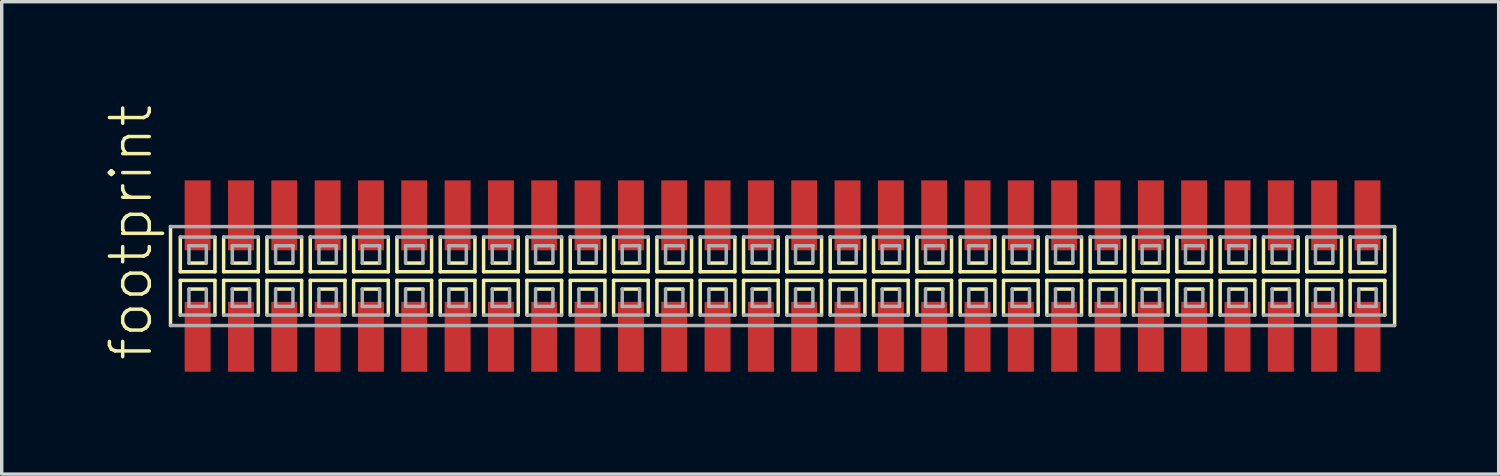
<source format=kicad_pcb>
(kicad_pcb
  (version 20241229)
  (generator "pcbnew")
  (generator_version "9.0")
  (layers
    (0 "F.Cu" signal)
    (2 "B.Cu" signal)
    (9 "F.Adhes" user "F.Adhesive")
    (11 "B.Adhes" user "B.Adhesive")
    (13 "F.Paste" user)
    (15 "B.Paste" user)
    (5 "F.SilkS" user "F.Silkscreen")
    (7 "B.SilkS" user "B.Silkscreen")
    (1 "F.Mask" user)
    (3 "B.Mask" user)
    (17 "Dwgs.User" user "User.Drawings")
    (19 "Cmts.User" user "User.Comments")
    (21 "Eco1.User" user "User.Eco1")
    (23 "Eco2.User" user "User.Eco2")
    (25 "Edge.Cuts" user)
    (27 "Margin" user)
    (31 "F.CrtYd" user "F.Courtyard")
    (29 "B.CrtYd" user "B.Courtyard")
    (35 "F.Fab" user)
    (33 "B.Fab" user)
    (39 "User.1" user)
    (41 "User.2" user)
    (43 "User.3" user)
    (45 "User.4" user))
  (footprint "footprint"
    (layer "F.Cu")
    (at 19.888 5.042)
    (property "Reference" "footprint" (at -18.415 2.54 90) (layer "F.SilkS") (effects (font (size 1.168 1.168) (thickness 0.102)) (justify left bottom)))
    (fp_line (start -17.94 -1.45) (end -17.94 1.45) (stroke (width 0.102) (type solid)) (layer "F.SilkS"))
    (fp_line (start -17.653 -1.143) (end -17.653 -0.127) (stroke (width 0.102) (type solid)) (layer "F.SilkS"))
    (fp_line (start -17.653 -0.127) (end -16.637 -0.127) (stroke (width 0.102) (type solid)) (layer "F.SilkS"))
    (fp_line (start -17.653 0.127) (end -17.653 1.143) (stroke (width 0.102) (type solid)) (layer "F.SilkS"))
    (fp_line (start -17.399 -0.381) (end -16.891 -0.381) (stroke (width 0.102) (type solid)) (layer "F.SilkS"))
    (fp_line (start -16.891 0.381) (end -17.399 0.381) (stroke (width 0.102) (type solid)) (layer "F.SilkS"))
    (fp_line (start -16.637 -0.127) (end -16.637 -1.143) (stroke (width 0.102) (type solid)) (layer "F.SilkS"))
    (fp_line (start -16.637 0.127) (end -17.653 0.127) (stroke (width 0.102) (type solid)) (layer "F.SilkS"))
    (fp_line (start -16.637 1.143) (end -16.637 0.127) (stroke (width 0.102) (type solid)) (layer "F.SilkS"))
    (fp_line (start -16.383 -1.143) (end -16.383 -0.127) (stroke (width 0.102) (type solid)) (layer "F.SilkS"))
    (fp_line (start -16.383 -0.127) (end -15.367 -0.127) (stroke (width 0.102) (type solid)) (layer "F.SilkS"))
    (fp_line (start -16.383 0.127) (end -16.383 1.143) (stroke (width 0.102) (type solid)) (layer "F.SilkS"))
    (fp_line (start -16.129 -0.381) (end -15.621 -0.381) (stroke (width 0.102) (type solid)) (layer "F.SilkS"))
    (fp_line (start -15.621 0.381) (end -16.129 0.381) (stroke (width 0.102) (type solid)) (layer "F.SilkS"))
    (fp_line (start -15.367 -0.127) (end -15.367 -1.143) (stroke (width 0.102) (type solid)) (layer "F.SilkS"))
    (fp_line (start -15.367 0.127) (end -16.383 0.127) (stroke (width 0.102) (type solid)) (layer "F.SilkS"))
    (fp_line (start -15.367 1.143) (end -15.367 0.127) (stroke (width 0.102) (type solid)) (layer "F.SilkS"))
    (fp_line (start -15.113 -1.143) (end -15.113 -0.127) (stroke (width 0.102) (type solid)) (layer "F.SilkS"))
    (fp_line (start -15.113 -0.127) (end -14.097 -0.127) (stroke (width 0.102) (type solid)) (layer "F.SilkS"))
    (fp_line (start -15.113 0.127) (end -15.113 1.143) (stroke (width 0.102) (type solid)) (layer "F.SilkS"))
    (fp_line (start -14.859 -0.381) (end -14.351 -0.381) (stroke (width 0.102) (type solid)) (layer "F.SilkS"))
    (fp_line (start -14.351 0.381) (end -14.859 0.381) (stroke (width 0.102) (type solid)) (layer "F.SilkS"))
    (fp_line (start -14.097 -0.127) (end -14.097 -1.143) (stroke (width 0.102) (type solid)) (layer "F.SilkS"))
    (fp_line (start -14.097 0.127) (end -15.113 0.127) (stroke (width 0.102) (type solid)) (layer "F.SilkS"))
    (fp_line (start -14.097 1.143) (end -14.097 0.127) (stroke (width 0.102) (type solid)) (layer "F.SilkS"))
    (fp_line (start -13.843 -1.143) (end -13.843 -0.127) (stroke (width 0.102) (type solid)) (layer "F.SilkS"))
    (fp_line (start -13.843 -0.127) (end -12.827 -0.127) (stroke (width 0.102) (type solid)) (layer "F.SilkS"))
    (fp_line (start -13.843 0.127) (end -13.843 1.143) (stroke (width 0.102) (type solid)) (layer "F.SilkS"))
    (fp_line (start -13.589 -0.381) (end -13.081 -0.381) (stroke (width 0.102) (type solid)) (layer "F.SilkS"))
    (fp_line (start -13.081 0.381) (end -13.589 0.381) (stroke (width 0.102) (type solid)) (layer "F.SilkS"))
    (fp_line (start -12.827 -0.127) (end -12.827 -1.143) (stroke (width 0.102) (type solid)) (layer "F.SilkS"))
    (fp_line (start -12.827 0.127) (end -13.843 0.127) (stroke (width 0.102) (type solid)) (layer "F.SilkS"))
    (fp_line (start -12.827 1.143) (end -12.827 0.127) (stroke (width 0.102) (type solid)) (layer "F.SilkS"))
    (fp_line (start -12.573 -1.143) (end -12.573 -0.127) (stroke (width 0.102) (type solid)) (layer "F.SilkS"))
    (fp_line (start -12.573 -0.127) (end -11.557 -0.127) (stroke (width 0.102) (type solid)) (layer "F.SilkS"))
    (fp_line (start -12.573 0.127) (end -12.573 1.143) (stroke (width 0.102) (type solid)) (layer "F.SilkS"))
    (fp_line (start -12.319 -0.381) (end -11.811 -0.381) (stroke (width 0.102) (type solid)) (layer "F.SilkS"))
    (fp_line (start -11.811 0.381) (end -12.319 0.381) (stroke (width 0.102) (type solid)) (layer "F.SilkS"))
    (fp_line (start -11.557 -0.127) (end -11.557 -1.143) (stroke (width 0.102) (type solid)) (layer "F.SilkS"))
    (fp_line (start -11.557 0.127) (end -12.573 0.127) (stroke (width 0.102) (type solid)) (layer "F.SilkS"))
    (fp_line (start -11.557 1.143) (end -11.557 0.127) (stroke (width 0.102) (type solid)) (layer "F.SilkS"))
    (fp_line (start -11.303 -1.143) (end -11.303 -0.127) (stroke (width 0.102) (type solid)) (layer "F.SilkS"))
    (fp_line (start -11.303 -0.127) (end -10.287 -0.127) (stroke (width 0.102) (type solid)) (layer "F.SilkS"))
    (fp_line (start -11.303 0.127) (end -11.303 1.143) (stroke (width 0.102) (type solid)) (layer "F.SilkS"))
    (fp_line (start -11.049 -0.381) (end -10.541 -0.381) (stroke (width 0.102) (type solid)) (layer "F.SilkS"))
    (fp_line (start -10.541 0.381) (end -11.049 0.381) (stroke (width 0.102) (type solid)) (layer "F.SilkS"))
    (fp_line (start -10.287 -0.127) (end -10.287 -1.143) (stroke (width 0.102) (type solid)) (layer "F.SilkS"))
    (fp_line (start -10.287 0.127) (end -11.303 0.127) (stroke (width 0.102) (type solid)) (layer "F.SilkS"))
    (fp_line (start -10.287 1.143) (end -10.287 0.127) (stroke (width 0.102) (type solid)) (layer "F.SilkS"))
    (fp_line (start -10.033 -1.143) (end -10.033 -0.127) (stroke (width 0.102) (type solid)) (layer "F.SilkS"))
    (fp_line (start -10.033 -0.127) (end -9.017 -0.127) (stroke (width 0.102) (type solid)) (layer "F.SilkS"))
    (fp_line (start -10.033 0.127) (end -10.033 1.143) (stroke (width 0.102) (type solid)) (layer "F.SilkS"))
    (fp_line (start -9.779 -0.381) (end -9.271 -0.381) (stroke (width 0.102) (type solid)) (layer "F.SilkS"))
    (fp_line (start -9.271 0.381) (end -9.779 0.381) (stroke (width 0.102) (type solid)) (layer "F.SilkS"))
    (fp_line (start -9.017 -0.127) (end -9.017 -1.143) (stroke (width 0.102) (type solid)) (layer "F.SilkS"))
    (fp_line (start -9.017 0.127) (end -10.033 0.127) (stroke (width 0.102) (type solid)) (layer "F.SilkS"))
    (fp_line (start -9.017 1.143) (end -9.017 0.127) (stroke (width 0.102) (type solid)) (layer "F.SilkS"))
    (fp_line (start -8.763 -1.143) (end -8.763 -0.127) (stroke (width 0.102) (type solid)) (layer "F.SilkS"))
    (fp_line (start -8.763 -0.127) (end -7.747 -0.127) (stroke (width 0.102) (type solid)) (layer "F.SilkS"))
    (fp_line (start -8.763 0.127) (end -8.763 1.143) (stroke (width 0.102) (type solid)) (layer "F.SilkS"))
    (fp_line (start -8.509 -0.381) (end -8.001 -0.381) (stroke (width 0.102) (type solid)) (layer "F.SilkS"))
    (fp_line (start -8.001 0.381) (end -8.509 0.381) (stroke (width 0.102) (type solid)) (layer "F.SilkS"))
    (fp_line (start -7.747 -0.127) (end -7.747 -1.143) (stroke (width 0.102) (type solid)) (layer "F.SilkS"))
    (fp_line (start -7.747 0.127) (end -8.763 0.127) (stroke (width 0.102) (type solid)) (layer "F.SilkS"))
    (fp_line (start -7.747 1.143) (end -7.747 0.127) (stroke (width 0.102) (type solid)) (layer "F.SilkS"))
    (fp_line (start -7.493 -1.143) (end -7.493 -0.127) (stroke (width 0.102) (type solid)) (layer "F.SilkS"))
    (fp_line (start -7.493 -0.127) (end -6.477 -0.127) (stroke (width 0.102) (type solid)) (layer "F.SilkS"))
    (fp_line (start -7.493 0.127) (end -7.493 1.143) (stroke (width 0.102) (type solid)) (layer "F.SilkS"))
    (fp_line (start -7.239 -0.381) (end -6.731 -0.381) (stroke (width 0.102) (type solid)) (layer "F.SilkS"))
    (fp_line (start -6.731 0.381) (end -7.239 0.381) (stroke (width 0.102) (type solid)) (layer "F.SilkS"))
    (fp_line (start -6.477 -0.127) (end -6.477 -1.143) (stroke (width 0.102) (type solid)) (layer "F.SilkS"))
    (fp_line (start -6.477 0.127) (end -7.493 0.127) (stroke (width 0.102) (type solid)) (layer "F.SilkS"))
    (fp_line (start -6.477 1.143) (end -6.477 0.127) (stroke (width 0.102) (type solid)) (layer "F.SilkS"))
    (fp_line (start -6.223 -1.143) (end -6.223 -0.127) (stroke (width 0.102) (type solid)) (layer "F.SilkS"))
    (fp_line (start -6.223 -0.127) (end -5.207 -0.127) (stroke (width 0.102) (type solid)) (layer "F.SilkS"))
    (fp_line (start -6.223 0.127) (end -6.223 1.143) (stroke (width 0.102) (type solid)) (layer "F.SilkS"))
    (fp_line (start -5.969 -0.381) (end -5.461 -0.381) (stroke (width 0.102) (type solid)) (layer "F.SilkS"))
    (fp_line (start -5.461 0.381) (end -5.969 0.381) (stroke (width 0.102) (type solid)) (layer "F.SilkS"))
    (fp_line (start -5.207 -0.127) (end -5.207 -1.143) (stroke (width 0.102) (type solid)) (layer "F.SilkS"))
    (fp_line (start -5.207 0.127) (end -6.223 0.127) (stroke (width 0.102) (type solid)) (layer "F.SilkS"))
    (fp_line (start -5.207 1.143) (end -5.207 0.127) (stroke (width 0.102) (type solid)) (layer "F.SilkS"))
    (fp_line (start -4.953 -1.143) (end -4.953 -0.127) (stroke (width 0.102) (type solid)) (layer "F.SilkS"))
    (fp_line (start -4.953 -0.127) (end -3.937 -0.127) (stroke (width 0.102) (type solid)) (layer "F.SilkS"))
    (fp_line (start -4.953 0.127) (end -4.953 1.143) (stroke (width 0.102) (type solid)) (layer "F.SilkS"))
    (fp_line (start -4.699 -0.381) (end -4.191 -0.381) (stroke (width 0.102) (type solid)) (layer "F.SilkS"))
    (fp_line (start -4.191 0.381) (end -4.699 0.381) (stroke (width 0.102) (type solid)) (layer "F.SilkS"))
    (fp_line (start -3.937 -0.127) (end -3.937 -1.143) (stroke (width 0.102) (type solid)) (layer "F.SilkS"))
    (fp_line (start -3.937 0.127) (end -4.953 0.127) (stroke (width 0.102) (type solid)) (layer "F.SilkS"))
    (fp_line (start -3.937 1.143) (end -3.937 0.127) (stroke (width 0.102) (type solid)) (layer "F.SilkS"))
    (fp_line (start -3.683 -1.143) (end -3.683 -0.127) (stroke (width 0.102) (type solid)) (layer "F.SilkS"))
    (fp_line (start -3.683 -0.127) (end -2.667 -0.127) (stroke (width 0.102) (type solid)) (layer "F.SilkS"))
    (fp_line (start -3.683 0.127) (end -3.683 1.143) (stroke (width 0.102) (type solid)) (layer "F.SilkS"))
    (fp_line (start -3.429 -0.381) (end -2.921 -0.381) (stroke (width 0.102) (type solid)) (layer "F.SilkS"))
    (fp_line (start -2.921 0.381) (end -3.429 0.381) (stroke (width 0.102) (type solid)) (layer "F.SilkS"))
    (fp_line (start -2.667 -0.127) (end -2.667 -1.143) (stroke (width 0.102) (type solid)) (layer "F.SilkS"))
    (fp_line (start -2.667 0.127) (end -3.683 0.127) (stroke (width 0.102) (type solid)) (layer "F.SilkS"))
    (fp_line (start -2.667 1.143) (end -2.667 0.127) (stroke (width 0.102) (type solid)) (layer "F.SilkS"))
    (fp_line (start -2.413 -1.143) (end -2.413 -0.127) (stroke (width 0.102) (type solid)) (layer "F.SilkS"))
    (fp_line (start -2.413 -0.127) (end -1.397 -0.127) (stroke (width 0.102) (type solid)) (layer "F.SilkS"))
    (fp_line (start -2.413 0.127) (end -2.413 1.143) (stroke (width 0.102) (type solid)) (layer "F.SilkS"))
    (fp_line (start -2.159 -0.381) (end -1.651 -0.381) (stroke (width 0.102) (type solid)) (layer "F.SilkS"))
    (fp_line (start -1.651 0.381) (end -2.159 0.381) (stroke (width 0.102) (type solid)) (layer "F.SilkS"))
    (fp_line (start -1.397 -0.127) (end -1.397 -1.143) (stroke (width 0.102) (type solid)) (layer "F.SilkS"))
    (fp_line (start -1.397 0.127) (end -2.413 0.127) (stroke (width 0.102) (type solid)) (layer "F.SilkS"))
    (fp_line (start -1.397 1.143) (end -1.397 0.127) (stroke (width 0.102) (type solid)) (layer "F.SilkS"))
    (fp_line (start -1.143 -1.143) (end -1.143 -0.127) (stroke (width 0.102) (type solid)) (layer "F.SilkS"))
    (fp_line (start -1.143 -0.127) (end -0.127 -0.127) (stroke (width 0.102) (type solid)) (layer "F.SilkS"))
    (fp_line (start -1.143 0.127) (end -1.143 1.143) (stroke (width 0.102) (type solid)) (layer "F.SilkS"))
    (fp_line (start -0.889 -0.381) (end -0.381 -0.381) (stroke (width 0.102) (type solid)) (layer "F.SilkS"))
    (fp_line (start -0.381 0.381) (end -0.889 0.381) (stroke (width 0.102) (type solid)) (layer "F.SilkS"))
    (fp_line (start -0.127 -0.127) (end -0.127 -1.143) (stroke (width 0.102) (type solid)) (layer "F.SilkS"))
    (fp_line (start -0.127 0.127) (end -1.143 0.127) (stroke (width 0.102) (type solid)) (layer "F.SilkS"))
    (fp_line (start -0.127 1.143) (end -0.127 0.127) (stroke (width 0.102) (type solid)) (layer "F.SilkS"))
    (fp_line (start 0.127 -1.143) (end 0.127 -0.127) (stroke (width 0.102) (type solid)) (layer "F.SilkS"))
    (fp_line (start 0.127 -0.127) (end 1.143 -0.127) (stroke (width 0.102) (type solid)) (layer "F.SilkS"))
    (fp_line (start 0.127 0.127) (end 0.127 1.143) (stroke (width 0.102) (type solid)) (layer "F.SilkS"))
    (fp_line (start 0.381 -0.381) (end 0.889 -0.381) (stroke (width 0.102) (type solid)) (layer "F.SilkS"))
    (fp_line (start 0.889 0.381) (end 0.381 0.381) (stroke (width 0.102) (type solid)) (layer "F.SilkS"))
    (fp_line (start 1.143 -0.127) (end 1.143 -1.143) (stroke (width 0.102) (type solid)) (layer "F.SilkS"))
    (fp_line (start 1.143 0.127) (end 0.127 0.127) (stroke (width 0.102) (type solid)) (layer "F.SilkS"))
    (fp_line (start 1.143 1.143) (end 1.143 0.127) (stroke (width 0.102) (type solid)) (layer "F.SilkS"))
    (fp_line (start 1.397 -1.143) (end 1.397 -0.127) (stroke (width 0.102) (type solid)) (layer "F.SilkS"))
    (fp_line (start 1.397 -0.127) (end 2.413 -0.127) (stroke (width 0.102) (type solid)) (layer "F.SilkS"))
    (fp_line (start 1.397 0.127) (end 1.397 1.143) (stroke (width 0.102) (type solid)) (layer "F.SilkS"))
    (fp_line (start 1.651 -0.381) (end 2.159 -0.381) (stroke (width 0.102) (type solid)) (layer "F.SilkS"))
    (fp_line (start 2.159 0.381) (end 1.651 0.381) (stroke (width 0.102) (type solid)) (layer "F.SilkS"))
    (fp_line (start 2.413 -0.127) (end 2.413 -1.143) (stroke (width 0.102) (type solid)) (layer "F.SilkS"))
    (fp_line (start 2.413 0.127) (end 1.397 0.127) (stroke (width 0.102) (type solid)) (layer "F.SilkS"))
    (fp_line (start 2.413 1.143) (end 2.413 0.127) (stroke (width 0.102) (type solid)) (layer "F.SilkS"))
    (fp_line (start 2.667 -1.143) (end 2.667 -0.127) (stroke (width 0.102) (type solid)) (layer "F.SilkS"))
    (fp_line (start 2.667 -0.127) (end 3.683 -0.127) (stroke (width 0.102) (type solid)) (layer "F.SilkS"))
    (fp_line (start 2.667 0.127) (end 2.667 1.143) (stroke (width 0.102) (type solid)) (layer "F.SilkS"))
    (fp_line (start 2.921 -0.381) (end 3.429 -0.381) (stroke (width 0.102) (type solid)) (layer "F.SilkS"))
    (fp_line (start 3.429 0.381) (end 2.921 0.381) (stroke (width 0.102) (type solid)) (layer "F.SilkS"))
    (fp_line (start 3.683 -0.127) (end 3.683 -1.143) (stroke (width 0.102) (type solid)) (layer "F.SilkS"))
    (fp_line (start 3.683 0.127) (end 2.667 0.127) (stroke (width 0.102) (type solid)) (layer "F.SilkS"))
    (fp_line (start 3.683 1.143) (end 3.683 0.127) (stroke (width 0.102) (type solid)) (layer "F.SilkS"))
    (fp_line (start 3.937 -1.143) (end 3.937 -0.127) (stroke (width 0.102) (type solid)) (layer "F.SilkS"))
    (fp_line (start 3.937 -0.127) (end 4.953 -0.127) (stroke (width 0.102) (type solid)) (layer "F.SilkS"))
    (fp_line (start 3.937 0.127) (end 3.937 1.143) (stroke (width 0.102) (type solid)) (layer "F.SilkS"))
    (fp_line (start 4.191 -0.381) (end 4.699 -0.381) (stroke (width 0.102) (type solid)) (layer "F.SilkS"))
    (fp_line (start 4.699 0.381) (end 4.191 0.381) (stroke (width 0.102) (type solid)) (layer "F.SilkS"))
    (fp_line (start 4.953 -0.127) (end 4.953 -1.143) (stroke (width 0.102) (type solid)) (layer "F.SilkS"))
    (fp_line (start 4.953 0.127) (end 3.937 0.127) (stroke (width 0.102) (type solid)) (layer "F.SilkS"))
    (fp_line (start 4.953 1.143) (end 4.953 0.127) (stroke (width 0.102) (type solid)) (layer "F.SilkS"))
    (fp_line (start 5.207 -1.143) (end 5.207 -0.127) (stroke (width 0.102) (type solid)) (layer "F.SilkS"))
    (fp_line (start 5.207 -0.127) (end 6.223 -0.127) (stroke (width 0.102) (type solid)) (layer "F.SilkS"))
    (fp_line (start 5.207 0.127) (end 5.207 1.143) (stroke (width 0.102) (type solid)) (layer "F.SilkS"))
    (fp_line (start 5.461 -0.381) (end 5.969 -0.381) (stroke (width 0.102) (type solid)) (layer "F.SilkS"))
    (fp_line (start 5.969 0.381) (end 5.461 0.381) (stroke (width 0.102) (type solid)) (layer "F.SilkS"))
    (fp_line (start 6.223 -0.127) (end 6.223 -1.143) (stroke (width 0.102) (type solid)) (layer "F.SilkS"))
    (fp_line (start 6.223 0.127) (end 5.207 0.127) (stroke (width 0.102) (type solid)) (layer "F.SilkS"))
    (fp_line (start 6.223 1.143) (end 6.223 0.127) (stroke (width 0.102) (type solid)) (layer "F.SilkS"))
    (fp_line (start 6.477 -1.143) (end 6.477 -0.127) (stroke (width 0.102) (type solid)) (layer "F.SilkS"))
    (fp_line (start 6.477 -0.127) (end 7.493 -0.127) (stroke (width 0.102) (type solid)) (layer "F.SilkS"))
    (fp_line (start 6.477 0.127) (end 6.477 1.143) (stroke (width 0.102) (type solid)) (layer "F.SilkS"))
    (fp_line (start 6.731 -0.381) (end 7.239 -0.381) (stroke (width 0.102) (type solid)) (layer "F.SilkS"))
    (fp_line (start 7.239 0.381) (end 6.731 0.381) (stroke (width 0.102) (type solid)) (layer "F.SilkS"))
    (fp_line (start 7.493 -0.127) (end 7.493 -1.143) (stroke (width 0.102) (type solid)) (layer "F.SilkS"))
    (fp_line (start 7.493 0.127) (end 6.477 0.127) (stroke (width 0.102) (type solid)) (layer "F.SilkS"))
    (fp_line (start 7.493 1.143) (end 7.493 0.127) (stroke (width 0.102) (type solid)) (layer "F.SilkS"))
    (fp_line (start 7.747 -1.143) (end 7.747 -0.127) (stroke (width 0.102) (type solid)) (layer "F.SilkS"))
    (fp_line (start 7.747 -0.127) (end 8.763 -0.127) (stroke (width 0.102) (type solid)) (layer "F.SilkS"))
    (fp_line (start 7.747 0.127) (end 7.747 1.143) (stroke (width 0.102) (type solid)) (layer "F.SilkS"))
    (fp_line (start 8.001 -0.381) (end 8.509 -0.381) (stroke (width 0.102) (type solid)) (layer "F.SilkS"))
    (fp_line (start 8.509 0.381) (end 8.001 0.381) (stroke (width 0.102) (type solid)) (layer "F.SilkS"))
    (fp_line (start 8.763 -0.127) (end 8.763 -1.143) (stroke (width 0.102) (type solid)) (layer "F.SilkS"))
    (fp_line (start 8.763 0.127) (end 7.747 0.127) (stroke (width 0.102) (type solid)) (layer "F.SilkS"))
    (fp_line (start 8.763 1.143) (end 8.763 0.127) (stroke (width 0.102) (type solid)) (layer "F.SilkS"))
    (fp_line (start 9.017 -1.143) (end 9.017 -0.127) (stroke (width 0.102) (type solid)) (layer "F.SilkS"))
    (fp_line (start 9.017 -0.127) (end 10.033 -0.127) (stroke (width 0.102) (type solid)) (layer "F.SilkS"))
    (fp_line (start 9.017 0.127) (end 9.017 1.143) (stroke (width 0.102) (type solid)) (layer "F.SilkS"))
    (fp_line (start 9.271 -0.381) (end 9.779 -0.381) (stroke (width 0.102) (type solid)) (layer "F.SilkS"))
    (fp_line (start 9.779 0.381) (end 9.271 0.381) (stroke (width 0.102) (type solid)) (layer "F.SilkS"))
    (fp_line (start 10.033 -0.127) (end 10.033 -1.143) (stroke (width 0.102) (type solid)) (layer "F.SilkS"))
    (fp_line (start 10.033 0.127) (end 9.017 0.127) (stroke (width 0.102) (type solid)) (layer "F.SilkS"))
    (fp_line (start 10.033 1.143) (end 10.033 0.127) (stroke (width 0.102) (type solid)) (layer "F.SilkS"))
    (fp_line (start 10.287 -1.143) (end 10.287 -0.127) (stroke (width 0.102) (type solid)) (layer "F.SilkS"))
    (fp_line (start 10.287 -0.127) (end 11.303 -0.127) (stroke (width 0.102) (type solid)) (layer "F.SilkS"))
    (fp_line (start 10.287 0.127) (end 10.287 1.143) (stroke (width 0.102) (type solid)) (layer "F.SilkS"))
    (fp_line (start 10.541 -0.381) (end 11.049 -0.381) (stroke (width 0.102) (type solid)) (layer "F.SilkS"))
    (fp_line (start 11.049 0.381) (end 10.541 0.381) (stroke (width 0.102) (type solid)) (layer "F.SilkS"))
    (fp_line (start 11.303 -0.127) (end 11.303 -1.143) (stroke (width 0.102) (type solid)) (layer "F.SilkS"))
    (fp_line (start 11.303 0.127) (end 10.287 0.127) (stroke (width 0.102) (type solid)) (layer "F.SilkS"))
    (fp_line (start 11.303 1.143) (end 11.303 0.127) (stroke (width 0.102) (type solid)) (layer "F.SilkS"))
    (fp_line (start 11.557 -1.143) (end 11.557 -0.127) (stroke (width 0.102) (type solid)) (layer "F.SilkS"))
    (fp_line (start 11.557 -0.127) (end 12.573 -0.127) (stroke (width 0.102) (type solid)) (layer "F.SilkS"))
    (fp_line (start 11.557 0.127) (end 11.557 1.143) (stroke (width 0.102) (type solid)) (layer "F.SilkS"))
    (fp_line (start 11.811 -0.381) (end 12.319 -0.381) (stroke (width 0.102) (type solid)) (layer "F.SilkS"))
    (fp_line (start 12.319 0.381) (end 11.811 0.381) (stroke (width 0.102) (type solid)) (layer "F.SilkS"))
    (fp_line (start 12.573 -0.127) (end 12.573 -1.143) (stroke (width 0.102) (type solid)) (layer "F.SilkS"))
    (fp_line (start 12.573 0.127) (end 11.557 0.127) (stroke (width 0.102) (type solid)) (layer "F.SilkS"))
    (fp_line (start 12.573 1.143) (end 12.573 0.127) (stroke (width 0.102) (type solid)) (layer "F.SilkS"))
    (fp_line (start 12.827 -1.143) (end 12.827 -0.127) (stroke (width 0.102) (type solid)) (layer "F.SilkS"))
    (fp_line (start 12.827 -0.127) (end 13.843 -0.127) (stroke (width 0.102) (type solid)) (layer "F.SilkS"))
    (fp_line (start 12.827 0.127) (end 12.827 1.143) (stroke (width 0.102) (type solid)) (layer "F.SilkS"))
    (fp_line (start 13.081 -0.381) (end 13.589 -0.381) (stroke (width 0.102) (type solid)) (layer "F.SilkS"))
    (fp_line (start 13.589 0.381) (end 13.081 0.381) (stroke (width 0.102) (type solid)) (layer "F.SilkS"))
    (fp_line (start 13.843 -0.127) (end 13.843 -1.143) (stroke (width 0.102) (type solid)) (layer "F.SilkS"))
    (fp_line (start 13.843 0.127) (end 12.827 0.127) (stroke (width 0.102) (type solid)) (layer "F.SilkS"))
    (fp_line (start 13.843 1.143) (end 13.843 0.127) (stroke (width 0.102) (type solid)) (layer "F.SilkS"))
    (fp_line (start 14.097 -1.143) (end 14.097 -0.127) (stroke (width 0.102) (type solid)) (layer "F.SilkS"))
    (fp_line (start 14.097 -0.127) (end 15.113 -0.127) (stroke (width 0.102) (type solid)) (layer "F.SilkS"))
    (fp_line (start 14.097 0.127) (end 14.097 1.143) (stroke (width 0.102) (type solid)) (layer "F.SilkS"))
    (fp_line (start 14.351 -0.381) (end 14.859 -0.381) (stroke (width 0.102) (type solid)) (layer "F.SilkS"))
    (fp_line (start 14.859 0.381) (end 14.351 0.381) (stroke (width 0.102) (type solid)) (layer "F.SilkS"))
    (fp_line (start 15.113 -0.127) (end 15.113 -1.143) (stroke (width 0.102) (type solid)) (layer "F.SilkS"))
    (fp_line (start 15.113 0.127) (end 14.097 0.127) (stroke (width 0.102) (type solid)) (layer "F.SilkS"))
    (fp_line (start 15.113 1.143) (end 15.113 0.127) (stroke (width 0.102) (type solid)) (layer "F.SilkS"))
    (fp_line (start 15.367 -1.143) (end 15.367 -0.127) (stroke (width 0.102) (type solid)) (layer "F.SilkS"))
    (fp_line (start 15.367 -0.127) (end 16.383 -0.127) (stroke (width 0.102) (type solid)) (layer "F.SilkS"))
    (fp_line (start 15.367 0.127) (end 15.367 1.143) (stroke (width 0.102) (type solid)) (layer "F.SilkS"))
    (fp_line (start 15.621 -0.381) (end 16.129 -0.381) (stroke (width 0.102) (type solid)) (layer "F.SilkS"))
    (fp_line (start 16.129 0.381) (end 15.621 0.381) (stroke (width 0.102) (type solid)) (layer "F.SilkS"))
    (fp_line (start 16.383 -0.127) (end 16.383 -1.143) (stroke (width 0.102) (type solid)) (layer "F.SilkS"))
    (fp_line (start 16.383 0.127) (end 15.367 0.127) (stroke (width 0.102) (type solid)) (layer "F.SilkS"))
    (fp_line (start 16.383 1.143) (end 16.383 0.127) (stroke (width 0.102) (type solid)) (layer "F.SilkS"))
    (fp_line (start 16.637 -1.143) (end 16.637 -0.127) (stroke (width 0.102) (type solid)) (layer "F.SilkS"))
    (fp_line (start 16.637 -0.127) (end 17.653 -0.127) (stroke (width 0.102) (type solid)) (layer "F.SilkS"))
    (fp_line (start 16.637 0.127) (end 16.637 1.143) (stroke (width 0.102) (type solid)) (layer "F.SilkS"))
    (fp_line (start 16.891 -0.381) (end 17.399 -0.381) (stroke (width 0.102) (type solid)) (layer "F.SilkS"))
    (fp_line (start 17.399 0.381) (end 16.891 0.381) (stroke (width 0.102) (type solid)) (layer "F.SilkS"))
    (fp_line (start 17.653 -0.127) (end 17.653 -1.143) (stroke (width 0.102) (type solid)) (layer "F.SilkS"))
    (fp_line (start 17.653 0.127) (end 16.637 0.127) (stroke (width 0.102) (type solid)) (layer "F.SilkS"))
    (fp_line (start 17.653 1.143) (end 17.653 0.127) (stroke (width 0.102) (type solid)) (layer "F.SilkS"))
    (fp_line (start 17.94 1.45) (end 17.94 -1.45) (stroke (width 0.102) (type solid)) (layer "F.SilkS"))
    (fp_line (start -17.94 1.45) (end 17.94 1.45) (stroke (width 0.102) (type solid)) (layer "F.Fab"))
    (fp_line (start -17.653 1.143) (end -16.637 1.143) (stroke (width 0.102) (type solid)) (layer "F.Fab"))
    (fp_line (start -17.399 -0.889) (end -17.399 -0.381) (stroke (width 0.102) (type solid)) (layer "F.Fab"))
    (fp_line (start -17.399 0.381) (end -17.399 0.889) (stroke (width 0.102) (type solid)) (layer "F.Fab"))
    (fp_line (start -17.399 0.889) (end -16.891 0.889) (stroke (width 0.102) (type solid)) (layer "F.Fab"))
    (fp_line (start -16.891 -0.889) (end -17.399 -0.889) (stroke (width 0.102) (type solid)) (layer "F.Fab"))
    (fp_line (start -16.891 -0.381) (end -16.891 -0.889) (stroke (width 0.102) (type solid)) (layer "F.Fab"))
    (fp_line (start -16.891 0.889) (end -16.891 0.381) (stroke (width 0.102) (type solid)) (layer "F.Fab"))
    (fp_line (start -16.637 -1.143) (end -17.653 -1.143) (stroke (width 0.102) (type solid)) (layer "F.Fab"))
    (fp_line (start -16.383 1.143) (end -15.367 1.143) (stroke (width 0.102) (type solid)) (layer "F.Fab"))
    (fp_line (start -16.129 -0.889) (end -16.129 -0.381) (stroke (width 0.102) (type solid)) (layer "F.Fab"))
    (fp_line (start -16.129 0.381) (end -16.129 0.889) (stroke (width 0.102) (type solid)) (layer "F.Fab"))
    (fp_line (start -16.129 0.889) (end -15.621 0.889) (stroke (width 0.102) (type solid)) (layer "F.Fab"))
    (fp_line (start -15.621 -0.889) (end -16.129 -0.889) (stroke (width 0.102) (type solid)) (layer "F.Fab"))
    (fp_line (start -15.621 -0.381) (end -15.621 -0.889) (stroke (width 0.102) (type solid)) (layer "F.Fab"))
    (fp_line (start -15.621 0.889) (end -15.621 0.381) (stroke (width 0.102) (type solid)) (layer "F.Fab"))
    (fp_line (start -15.367 -1.143) (end -16.383 -1.143) (stroke (width 0.102) (type solid)) (layer "F.Fab"))
    (fp_line (start -15.113 1.143) (end -14.097 1.143) (stroke (width 0.102) (type solid)) (layer "F.Fab"))
    (fp_line (start -14.859 -0.889) (end -14.859 -0.381) (stroke (width 0.102) (type solid)) (layer "F.Fab"))
    (fp_line (start -14.859 0.381) (end -14.859 0.889) (stroke (width 0.102) (type solid)) (layer "F.Fab"))
    (fp_line (start -14.859 0.889) (end -14.351 0.889) (stroke (width 0.102) (type solid)) (layer "F.Fab"))
    (fp_line (start -14.351 -0.889) (end -14.859 -0.889) (stroke (width 0.102) (type solid)) (layer "F.Fab"))
    (fp_line (start -14.351 -0.381) (end -14.351 -0.889) (stroke (width 0.102) (type solid)) (layer "F.Fab"))
    (fp_line (start -14.351 0.889) (end -14.351 0.381) (stroke (width 0.102) (type solid)) (layer "F.Fab"))
    (fp_line (start -14.097 -1.143) (end -15.113 -1.143) (stroke (width 0.102) (type solid)) (layer "F.Fab"))
    (fp_line (start -13.843 1.143) (end -12.827 1.143) (stroke (width 0.102) (type solid)) (layer "F.Fab"))
    (fp_line (start -13.589 -0.889) (end -13.589 -0.381) (stroke (width 0.102) (type solid)) (layer "F.Fab"))
    (fp_line (start -13.589 0.381) (end -13.589 0.889) (stroke (width 0.102) (type solid)) (layer "F.Fab"))
    (fp_line (start -13.589 0.889) (end -13.081 0.889) (stroke (width 0.102) (type solid)) (layer "F.Fab"))
    (fp_line (start -13.081 -0.889) (end -13.589 -0.889) (stroke (width 0.102) (type solid)) (layer "F.Fab"))
    (fp_line (start -13.081 -0.381) (end -13.081 -0.889) (stroke (width 0.102) (type solid)) (layer "F.Fab"))
    (fp_line (start -13.081 0.889) (end -13.081 0.381) (stroke (width 0.102) (type solid)) (layer "F.Fab"))
    (fp_line (start -12.827 -1.143) (end -13.843 -1.143) (stroke (width 0.102) (type solid)) (layer "F.Fab"))
    (fp_line (start -12.573 1.143) (end -11.557 1.143) (stroke (width 0.102) (type solid)) (layer "F.Fab"))
    (fp_line (start -12.319 -0.889) (end -12.319 -0.381) (stroke (width 0.102) (type solid)) (layer "F.Fab"))
    (fp_line (start -12.319 0.381) (end -12.319 0.889) (stroke (width 0.102) (type solid)) (layer "F.Fab"))
    (fp_line (start -12.319 0.889) (end -11.811 0.889) (stroke (width 0.102) (type solid)) (layer "F.Fab"))
    (fp_line (start -11.811 -0.889) (end -12.319 -0.889) (stroke (width 0.102) (type solid)) (layer "F.Fab"))
    (fp_line (start -11.811 -0.381) (end -11.811 -0.889) (stroke (width 0.102) (type solid)) (layer "F.Fab"))
    (fp_line (start -11.811 0.889) (end -11.811 0.381) (stroke (width 0.102) (type solid)) (layer "F.Fab"))
    (fp_line (start -11.557 -1.143) (end -12.573 -1.143) (stroke (width 0.102) (type solid)) (layer "F.Fab"))
    (fp_line (start -11.303 1.143) (end -10.287 1.143) (stroke (width 0.102) (type solid)) (layer "F.Fab"))
    (fp_line (start -11.049 -0.889) (end -11.049 -0.381) (stroke (width 0.102) (type solid)) (layer "F.Fab"))
    (fp_line (start -11.049 0.381) (end -11.049 0.889) (stroke (width 0.102) (type solid)) (layer "F.Fab"))
    (fp_line (start -11.049 0.889) (end -10.541 0.889) (stroke (width 0.102) (type solid)) (layer "F.Fab"))
    (fp_line (start -10.541 -0.889) (end -11.049 -0.889) (stroke (width 0.102) (type solid)) (layer "F.Fab"))
    (fp_line (start -10.541 -0.381) (end -10.541 -0.889) (stroke (width 0.102) (type solid)) (layer "F.Fab"))
    (fp_line (start -10.541 0.889) (end -10.541 0.381) (stroke (width 0.102) (type solid)) (layer "F.Fab"))
    (fp_line (start -10.287 -1.143) (end -11.303 -1.143) (stroke (width 0.102) (type solid)) (layer "F.Fab"))
    (fp_line (start -10.033 1.143) (end -9.017 1.143) (stroke (width 0.102) (type solid)) (layer "F.Fab"))
    (fp_line (start -9.779 -0.889) (end -9.779 -0.381) (stroke (width 0.102) (type solid)) (layer "F.Fab"))
    (fp_line (start -9.779 0.381) (end -9.779 0.889) (stroke (width 0.102) (type solid)) (layer "F.Fab"))
    (fp_line (start -9.779 0.889) (end -9.271 0.889) (stroke (width 0.102) (type solid)) (layer "F.Fab"))
    (fp_line (start -9.271 -0.889) (end -9.779 -0.889) (stroke (width 0.102) (type solid)) (layer "F.Fab"))
    (fp_line (start -9.271 -0.381) (end -9.271 -0.889) (stroke (width 0.102) (type solid)) (layer "F.Fab"))
    (fp_line (start -9.271 0.889) (end -9.271 0.381) (stroke (width 0.102) (type solid)) (layer "F.Fab"))
    (fp_line (start -9.017 -1.143) (end -10.033 -1.143) (stroke (width 0.102) (type solid)) (layer "F.Fab"))
    (fp_line (start -8.763 1.143) (end -7.747 1.143) (stroke (width 0.102) (type solid)) (layer "F.Fab"))
    (fp_line (start -8.509 -0.889) (end -8.509 -0.381) (stroke (width 0.102) (type solid)) (layer "F.Fab"))
    (fp_line (start -8.509 0.381) (end -8.509 0.889) (stroke (width 0.102) (type solid)) (layer "F.Fab"))
    (fp_line (start -8.509 0.889) (end -8.001 0.889) (stroke (width 0.102) (type solid)) (layer "F.Fab"))
    (fp_line (start -8.001 -0.889) (end -8.509 -0.889) (stroke (width 0.102) (type solid)) (layer "F.Fab"))
    (fp_line (start -8.001 -0.381) (end -8.001 -0.889) (stroke (width 0.102) (type solid)) (layer "F.Fab"))
    (fp_line (start -8.001 0.889) (end -8.001 0.381) (stroke (width 0.102) (type solid)) (layer "F.Fab"))
    (fp_line (start -7.747 -1.143) (end -8.763 -1.143) (stroke (width 0.102) (type solid)) (layer "F.Fab"))
    (fp_line (start -7.493 1.143) (end -6.477 1.143) (stroke (width 0.102) (type solid)) (layer "F.Fab"))
    (fp_line (start -7.239 -0.889) (end -7.239 -0.381) (stroke (width 0.102) (type solid)) (layer "F.Fab"))
    (fp_line (start -7.239 0.381) (end -7.239 0.889) (stroke (width 0.102) (type solid)) (layer "F.Fab"))
    (fp_line (start -7.239 0.889) (end -6.731 0.889) (stroke (width 0.102) (type solid)) (layer "F.Fab"))
    (fp_line (start -6.731 -0.889) (end -7.239 -0.889) (stroke (width 0.102) (type solid)) (layer "F.Fab"))
    (fp_line (start -6.731 -0.381) (end -6.731 -0.889) (stroke (width 0.102) (type solid)) (layer "F.Fab"))
    (fp_line (start -6.731 0.889) (end -6.731 0.381) (stroke (width 0.102) (type solid)) (layer "F.Fab"))
    (fp_line (start -6.477 -1.143) (end -7.493 -1.143) (stroke (width 0.102) (type solid)) (layer "F.Fab"))
    (fp_line (start -6.223 1.143) (end -5.207 1.143) (stroke (width 0.102) (type solid)) (layer "F.Fab"))
    (fp_line (start -5.969 -0.889) (end -5.969 -0.381) (stroke (width 0.102) (type solid)) (layer "F.Fab"))
    (fp_line (start -5.969 0.381) (end -5.969 0.889) (stroke (width 0.102) (type solid)) (layer "F.Fab"))
    (fp_line (start -5.969 0.889) (end -5.461 0.889) (stroke (width 0.102) (type solid)) (layer "F.Fab"))
    (fp_line (start -5.461 -0.889) (end -5.969 -0.889) (stroke (width 0.102) (type solid)) (layer "F.Fab"))
    (fp_line (start -5.461 -0.381) (end -5.461 -0.889) (stroke (width 0.102) (type solid)) (layer "F.Fab"))
    (fp_line (start -5.461 0.889) (end -5.461 0.381) (stroke (width 0.102) (type solid)) (layer "F.Fab"))
    (fp_line (start -5.207 -1.143) (end -6.223 -1.143) (stroke (width 0.102) (type solid)) (layer "F.Fab"))
    (fp_line (start -4.953 1.143) (end -3.937 1.143) (stroke (width 0.102) (type solid)) (layer "F.Fab"))
    (fp_line (start -4.699 -0.889) (end -4.699 -0.381) (stroke (width 0.102) (type solid)) (layer "F.Fab"))
    (fp_line (start -4.699 0.381) (end -4.699 0.889) (stroke (width 0.102) (type solid)) (layer "F.Fab"))
    (fp_line (start -4.699 0.889) (end -4.191 0.889) (stroke (width 0.102) (type solid)) (layer "F.Fab"))
    (fp_line (start -4.191 -0.889) (end -4.699 -0.889) (stroke (width 0.102) (type solid)) (layer "F.Fab"))
    (fp_line (start -4.191 -0.381) (end -4.191 -0.889) (stroke (width 0.102) (type solid)) (layer "F.Fab"))
    (fp_line (start -4.191 0.889) (end -4.191 0.381) (stroke (width 0.102) (type solid)) (layer "F.Fab"))
    (fp_line (start -3.937 -1.143) (end -4.953 -1.143) (stroke (width 0.102) (type solid)) (layer "F.Fab"))
    (fp_line (start -3.683 1.143) (end -2.667 1.143) (stroke (width 0.102) (type solid)) (layer "F.Fab"))
    (fp_line (start -3.429 -0.889) (end -3.429 -0.381) (stroke (width 0.102) (type solid)) (layer "F.Fab"))
    (fp_line (start -3.429 0.381) (end -3.429 0.889) (stroke (width 0.102) (type solid)) (layer "F.Fab"))
    (fp_line (start -3.429 0.889) (end -2.921 0.889) (stroke (width 0.102) (type solid)) (layer "F.Fab"))
    (fp_line (start -2.921 -0.889) (end -3.429 -0.889) (stroke (width 0.102) (type solid)) (layer "F.Fab"))
    (fp_line (start -2.921 -0.381) (end -2.921 -0.889) (stroke (width 0.102) (type solid)) (layer "F.Fab"))
    (fp_line (start -2.921 0.889) (end -2.921 0.381) (stroke (width 0.102) (type solid)) (layer "F.Fab"))
    (fp_line (start -2.667 -1.143) (end -3.683 -1.143) (stroke (width 0.102) (type solid)) (layer "F.Fab"))
    (fp_line (start -2.413 1.143) (end -1.397 1.143) (stroke (width 0.102) (type solid)) (layer "F.Fab"))
    (fp_line (start -2.159 -0.889) (end -2.159 -0.381) (stroke (width 0.102) (type solid)) (layer "F.Fab"))
    (fp_line (start -2.159 0.381) (end -2.159 0.889) (stroke (width 0.102) (type solid)) (layer "F.Fab"))
    (fp_line (start -2.159 0.889) (end -1.651 0.889) (stroke (width 0.102) (type solid)) (layer "F.Fab"))
    (fp_line (start -1.651 -0.889) (end -2.159 -0.889) (stroke (width 0.102) (type solid)) (layer "F.Fab"))
    (fp_line (start -1.651 -0.381) (end -1.651 -0.889) (stroke (width 0.102) (type solid)) (layer "F.Fab"))
    (fp_line (start -1.651 0.889) (end -1.651 0.381) (stroke (width 0.102) (type solid)) (layer "F.Fab"))
    (fp_line (start -1.397 -1.143) (end -2.413 -1.143) (stroke (width 0.102) (type solid)) (layer "F.Fab"))
    (fp_line (start -1.143 1.143) (end -0.127 1.143) (stroke (width 0.102) (type solid)) (layer "F.Fab"))
    (fp_line (start -0.889 -0.889) (end -0.889 -0.381) (stroke (width 0.102) (type solid)) (layer "F.Fab"))
    (fp_line (start -0.889 0.381) (end -0.889 0.889) (stroke (width 0.102) (type solid)) (layer "F.Fab"))
    (fp_line (start -0.889 0.889) (end -0.381 0.889) (stroke (width 0.102) (type solid)) (layer "F.Fab"))
    (fp_line (start -0.381 -0.889) (end -0.889 -0.889) (stroke (width 0.102) (type solid)) (layer "F.Fab"))
    (fp_line (start -0.381 -0.381) (end -0.381 -0.889) (stroke (width 0.102) (type solid)) (layer "F.Fab"))
    (fp_line (start -0.381 0.889) (end -0.381 0.381) (stroke (width 0.102) (type solid)) (layer "F.Fab"))
    (fp_line (start -0.127 -1.143) (end -1.143 -1.143) (stroke (width 0.102) (type solid)) (layer "F.Fab"))
    (fp_line (start 0.127 1.143) (end 1.143 1.143) (stroke (width 0.102) (type solid)) (layer "F.Fab"))
    (fp_line (start 0.381 -0.889) (end 0.381 -0.381) (stroke (width 0.102) (type solid)) (layer "F.Fab"))
    (fp_line (start 0.381 0.381) (end 0.381 0.889) (stroke (width 0.102) (type solid)) (layer "F.Fab"))
    (fp_line (start 0.381 0.889) (end 0.889 0.889) (stroke (width 0.102) (type solid)) (layer "F.Fab"))
    (fp_line (start 0.889 -0.889) (end 0.381 -0.889) (stroke (width 0.102) (type solid)) (layer "F.Fab"))
    (fp_line (start 0.889 -0.381) (end 0.889 -0.889) (stroke (width 0.102) (type solid)) (layer "F.Fab"))
    (fp_line (start 0.889 0.889) (end 0.889 0.381) (stroke (width 0.102) (type solid)) (layer "F.Fab"))
    (fp_line (start 1.143 -1.143) (end 0.127 -1.143) (stroke (width 0.102) (type solid)) (layer "F.Fab"))
    (fp_line (start 1.397 1.143) (end 2.413 1.143) (stroke (width 0.102) (type solid)) (layer "F.Fab"))
    (fp_line (start 1.651 -0.889) (end 1.651 -0.381) (stroke (width 0.102) (type solid)) (layer "F.Fab"))
    (fp_line (start 1.651 0.381) (end 1.651 0.889) (stroke (width 0.102) (type solid)) (layer "F.Fab"))
    (fp_line (start 1.651 0.889) (end 2.159 0.889) (stroke (width 0.102) (type solid)) (layer "F.Fab"))
    (fp_line (start 2.159 -0.889) (end 1.651 -0.889) (stroke (width 0.102) (type solid)) (layer "F.Fab"))
    (fp_line (start 2.159 -0.381) (end 2.159 -0.889) (stroke (width 0.102) (type solid)) (layer "F.Fab"))
    (fp_line (start 2.159 0.889) (end 2.159 0.381) (stroke (width 0.102) (type solid)) (layer "F.Fab"))
    (fp_line (start 2.413 -1.143) (end 1.397 -1.143) (stroke (width 0.102) (type solid)) (layer "F.Fab"))
    (fp_line (start 2.667 1.143) (end 3.683 1.143) (stroke (width 0.102) (type solid)) (layer "F.Fab"))
    (fp_line (start 2.921 -0.889) (end 2.921 -0.381) (stroke (width 0.102) (type solid)) (layer "F.Fab"))
    (fp_line (start 2.921 0.381) (end 2.921 0.889) (stroke (width 0.102) (type solid)) (layer "F.Fab"))
    (fp_line (start 2.921 0.889) (end 3.429 0.889) (stroke (width 0.102) (type solid)) (layer "F.Fab"))
    (fp_line (start 3.429 -0.889) (end 2.921 -0.889) (stroke (width 0.102) (type solid)) (layer "F.Fab"))
    (fp_line (start 3.429 -0.381) (end 3.429 -0.889) (stroke (width 0.102) (type solid)) (layer "F.Fab"))
    (fp_line (start 3.429 0.889) (end 3.429 0.381) (stroke (width 0.102) (type solid)) (layer "F.Fab"))
    (fp_line (start 3.683 -1.143) (end 2.667 -1.143) (stroke (width 0.102) (type solid)) (layer "F.Fab"))
    (fp_line (start 3.937 1.143) (end 4.953 1.143) (stroke (width 0.102) (type solid)) (layer "F.Fab"))
    (fp_line (start 4.191 -0.889) (end 4.191 -0.381) (stroke (width 0.102) (type solid)) (layer "F.Fab"))
    (fp_line (start 4.191 0.381) (end 4.191 0.889) (stroke (width 0.102) (type solid)) (layer "F.Fab"))
    (fp_line (start 4.191 0.889) (end 4.699 0.889) (stroke (width 0.102) (type solid)) (layer "F.Fab"))
    (fp_line (start 4.699 -0.889) (end 4.191 -0.889) (stroke (width 0.102) (type solid)) (layer "F.Fab"))
    (fp_line (start 4.699 -0.381) (end 4.699 -0.889) (stroke (width 0.102) (type solid)) (layer "F.Fab"))
    (fp_line (start 4.699 0.889) (end 4.699 0.381) (stroke (width 0.102) (type solid)) (layer "F.Fab"))
    (fp_line (start 4.953 -1.143) (end 3.937 -1.143) (stroke (width 0.102) (type solid)) (layer "F.Fab"))
    (fp_line (start 5.207 1.143) (end 6.223 1.143) (stroke (width 0.102) (type solid)) (layer "F.Fab"))
    (fp_line (start 5.461 -0.889) (end 5.461 -0.381) (stroke (width 0.102) (type solid)) (layer "F.Fab"))
    (fp_line (start 5.461 0.381) (end 5.461 0.889) (stroke (width 0.102) (type solid)) (layer "F.Fab"))
    (fp_line (start 5.461 0.889) (end 5.969 0.889) (stroke (width 0.102) (type solid)) (layer "F.Fab"))
    (fp_line (start 5.969 -0.889) (end 5.461 -0.889) (stroke (width 0.102) (type solid)) (layer "F.Fab"))
    (fp_line (start 5.969 -0.381) (end 5.969 -0.889) (stroke (width 0.102) (type solid)) (layer "F.Fab"))
    (fp_line (start 5.969 0.889) (end 5.969 0.381) (stroke (width 0.102) (type solid)) (layer "F.Fab"))
    (fp_line (start 6.223 -1.143) (end 5.207 -1.143) (stroke (width 0.102) (type solid)) (layer "F.Fab"))
    (fp_line (start 6.477 1.143) (end 7.493 1.143) (stroke (width 0.102) (type solid)) (layer "F.Fab"))
    (fp_line (start 6.731 -0.889) (end 6.731 -0.381) (stroke (width 0.102) (type solid)) (layer "F.Fab"))
    (fp_line (start 6.731 0.381) (end 6.731 0.889) (stroke (width 0.102) (type solid)) (layer "F.Fab"))
    (fp_line (start 6.731 0.889) (end 7.239 0.889) (stroke (width 0.102) (type solid)) (layer "F.Fab"))
    (fp_line (start 7.239 -0.889) (end 6.731 -0.889) (stroke (width 0.102) (type solid)) (layer "F.Fab"))
    (fp_line (start 7.239 -0.381) (end 7.239 -0.889) (stroke (width 0.102) (type solid)) (layer "F.Fab"))
    (fp_line (start 7.239 0.889) (end 7.239 0.381) (stroke (width 0.102) (type solid)) (layer "F.Fab"))
    (fp_line (start 7.493 -1.143) (end 6.477 -1.143) (stroke (width 0.102) (type solid)) (layer "F.Fab"))
    (fp_line (start 7.747 1.143) (end 8.763 1.143) (stroke (width 0.102) (type solid)) (layer "F.Fab"))
    (fp_line (start 8.001 -0.889) (end 8.001 -0.381) (stroke (width 0.102) (type solid)) (layer "F.Fab"))
    (fp_line (start 8.001 0.381) (end 8.001 0.889) (stroke (width 0.102) (type solid)) (layer "F.Fab"))
    (fp_line (start 8.001 0.889) (end 8.509 0.889) (stroke (width 0.102) (type solid)) (layer "F.Fab"))
    (fp_line (start 8.509 -0.889) (end 8.001 -0.889) (stroke (width 0.102) (type solid)) (layer "F.Fab"))
    (fp_line (start 8.509 -0.381) (end 8.509 -0.889) (stroke (width 0.102) (type solid)) (layer "F.Fab"))
    (fp_line (start 8.509 0.889) (end 8.509 0.381) (stroke (width 0.102) (type solid)) (layer "F.Fab"))
    (fp_line (start 8.763 -1.143) (end 7.747 -1.143) (stroke (width 0.102) (type solid)) (layer "F.Fab"))
    (fp_line (start 9.017 1.143) (end 10.033 1.143) (stroke (width 0.102) (type solid)) (layer "F.Fab"))
    (fp_line (start 9.271 -0.889) (end 9.271 -0.381) (stroke (width 0.102) (type solid)) (layer "F.Fab"))
    (fp_line (start 9.271 0.381) (end 9.271 0.889) (stroke (width 0.102) (type solid)) (layer "F.Fab"))
    (fp_line (start 9.271 0.889) (end 9.779 0.889) (stroke (width 0.102) (type solid)) (layer "F.Fab"))
    (fp_line (start 9.779 -0.889) (end 9.271 -0.889) (stroke (width 0.102) (type solid)) (layer "F.Fab"))
    (fp_line (start 9.779 -0.381) (end 9.779 -0.889) (stroke (width 0.102) (type solid)) (layer "F.Fab"))
    (fp_line (start 9.779 0.889) (end 9.779 0.381) (stroke (width 0.102) (type solid)) (layer "F.Fab"))
    (fp_line (start 10.033 -1.143) (end 9.017 -1.143) (stroke (width 0.102) (type solid)) (layer "F.Fab"))
    (fp_line (start 10.287 1.143) (end 11.303 1.143) (stroke (width 0.102) (type solid)) (layer "F.Fab"))
    (fp_line (start 10.541 -0.889) (end 10.541 -0.381) (stroke (width 0.102) (type solid)) (layer "F.Fab"))
    (fp_line (start 10.541 0.381) (end 10.541 0.889) (stroke (width 0.102) (type solid)) (layer "F.Fab"))
    (fp_line (start 10.541 0.889) (end 11.049 0.889) (stroke (width 0.102) (type solid)) (layer "F.Fab"))
    (fp_line (start 11.049 -0.889) (end 10.541 -0.889) (stroke (width 0.102) (type solid)) (layer "F.Fab"))
    (fp_line (start 11.049 -0.381) (end 11.049 -0.889) (stroke (width 0.102) (type solid)) (layer "F.Fab"))
    (fp_line (start 11.049 0.889) (end 11.049 0.381) (stroke (width 0.102) (type solid)) (layer "F.Fab"))
    (fp_line (start 11.303 -1.143) (end 10.287 -1.143) (stroke (width 0.102) (type solid)) (layer "F.Fab"))
    (fp_line (start 11.557 1.143) (end 12.573 1.143) (stroke (width 0.102) (type solid)) (layer "F.Fab"))
    (fp_line (start 11.811 -0.889) (end 11.811 -0.381) (stroke (width 0.102) (type solid)) (layer "F.Fab"))
    (fp_line (start 11.811 0.381) (end 11.811 0.889) (stroke (width 0.102) (type solid)) (layer "F.Fab"))
    (fp_line (start 11.811 0.889) (end 12.319 0.889) (stroke (width 0.102) (type solid)) (layer "F.Fab"))
    (fp_line (start 12.319 -0.889) (end 11.811 -0.889) (stroke (width 0.102) (type solid)) (layer "F.Fab"))
    (fp_line (start 12.319 -0.381) (end 12.319 -0.889) (stroke (width 0.102) (type solid)) (layer "F.Fab"))
    (fp_line (start 12.319 0.889) (end 12.319 0.381) (stroke (width 0.102) (type solid)) (layer "F.Fab"))
    (fp_line (start 12.573 -1.143) (end 11.557 -1.143) (stroke (width 0.102) (type solid)) (layer "F.Fab"))
    (fp_line (start 12.827 1.143) (end 13.843 1.143) (stroke (width 0.102) (type solid)) (layer "F.Fab"))
    (fp_line (start 13.081 -0.889) (end 13.081 -0.381) (stroke (width 0.102) (type solid)) (layer "F.Fab"))
    (fp_line (start 13.081 0.381) (end 13.081 0.889) (stroke (width 0.102) (type solid)) (layer "F.Fab"))
    (fp_line (start 13.081 0.889) (end 13.589 0.889) (stroke (width 0.102) (type solid)) (layer "F.Fab"))
    (fp_line (start 13.589 -0.889) (end 13.081 -0.889) (stroke (width 0.102) (type solid)) (layer "F.Fab"))
    (fp_line (start 13.589 -0.381) (end 13.589 -0.889) (stroke (width 0.102) (type solid)) (layer "F.Fab"))
    (fp_line (start 13.589 0.889) (end 13.589 0.381) (stroke (width 0.102) (type solid)) (layer "F.Fab"))
    (fp_line (start 13.843 -1.143) (end 12.827 -1.143) (stroke (width 0.102) (type solid)) (layer "F.Fab"))
    (fp_line (start 14.097 1.143) (end 15.113 1.143) (stroke (width 0.102) (type solid)) (layer "F.Fab"))
    (fp_line (start 14.351 -0.889) (end 14.351 -0.381) (stroke (width 0.102) (type solid)) (layer "F.Fab"))
    (fp_line (start 14.351 0.381) (end 14.351 0.889) (stroke (width 0.102) (type solid)) (layer "F.Fab"))
    (fp_line (start 14.351 0.889) (end 14.859 0.889) (stroke (width 0.102) (type solid)) (layer "F.Fab"))
    (fp_line (start 14.859 -0.889) (end 14.351 -0.889) (stroke (width 0.102) (type solid)) (layer "F.Fab"))
    (fp_line (start 14.859 -0.381) (end 14.859 -0.889) (stroke (width 0.102) (type solid)) (layer "F.Fab"))
    (fp_line (start 14.859 0.889) (end 14.859 0.381) (stroke (width 0.102) (type solid)) (layer "F.Fab"))
    (fp_line (start 15.113 -1.143) (end 14.097 -1.143) (stroke (width 0.102) (type solid)) (layer "F.Fab"))
    (fp_line (start 15.367 1.143) (end 16.383 1.143) (stroke (width 0.102) (type solid)) (layer "F.Fab"))
    (fp_line (start 15.621 -0.889) (end 15.621 -0.381) (stroke (width 0.102) (type solid)) (layer "F.Fab"))
    (fp_line (start 15.621 0.381) (end 15.621 0.889) (stroke (width 0.102) (type solid)) (layer "F.Fab"))
    (fp_line (start 15.621 0.889) (end 16.129 0.889) (stroke (width 0.102) (type solid)) (layer "F.Fab"))
    (fp_line (start 16.129 -0.889) (end 15.621 -0.889) (stroke (width 0.102) (type solid)) (layer "F.Fab"))
    (fp_line (start 16.129 -0.381) (end 16.129 -0.889) (stroke (width 0.102) (type solid)) (layer "F.Fab"))
    (fp_line (start 16.129 0.889) (end 16.129 0.381) (stroke (width 0.102) (type solid)) (layer "F.Fab"))
    (fp_line (start 16.383 -1.143) (end 15.367 -1.143) (stroke (width 0.102) (type solid)) (layer "F.Fab"))
    (fp_line (start 16.637 1.143) (end 17.653 1.143) (stroke (width 0.102) (type solid)) (layer "F.Fab"))
    (fp_line (start 16.891 -0.889) (end 16.891 -0.381) (stroke (width 0.102) (type solid)) (layer "F.Fab"))
    (fp_line (start 16.891 0.381) (end 16.891 0.889) (stroke (width 0.102) (type solid)) (layer "F.Fab"))
    (fp_line (start 16.891 0.889) (end 17.399 0.889) (stroke (width 0.102) (type solid)) (layer "F.Fab"))
    (fp_line (start 17.399 -0.889) (end 16.891 -0.889) (stroke (width 0.102) (type solid)) (layer "F.Fab"))
    (fp_line (start 17.399 -0.381) (end 17.399 -0.889) (stroke (width 0.102) (type solid)) (layer "F.Fab"))
    (fp_line (start 17.399 0.889) (end 17.399 0.381) (stroke (width 0.102) (type solid)) (layer "F.Fab"))
    (fp_line (start 17.653 -1.143) (end 16.637 -1.143) (stroke (width 0.102) (type solid)) (layer "F.Fab"))
    (fp_line (start 17.94 -1.45) (end -17.94 -1.45) (stroke (width 0.102) (type solid)) (layer "F.Fab"))
    (pad "1" smd rect (at -17.145 1.78) (size 0.76 2.05) (layers "F.Cu" "F.Mask" "F.Paste"))
    (pad "2" smd rect (at -17.145 -1.78) (size 0.76 2.05) (layers "F.Cu" "F.Mask" "F.Paste"))
    (pad "3" smd rect (at -15.875 1.78) (size 0.76 2.05) (layers "F.Cu" "F.Mask" "F.Paste"))
    (pad "4" smd rect (at -15.875 -1.78) (size 0.76 2.05) (layers "F.Cu" "F.Mask" "F.Paste"))
    (pad "5" smd rect (at -14.605 1.78) (size 0.76 2.05) (layers "F.Cu" "F.Mask" "F.Paste"))
    (pad "6" smd rect (at -14.605 -1.78) (size 0.76 2.05) (layers "F.Cu" "F.Mask" "F.Paste"))
    (pad "7" smd rect (at -13.335 1.78) (size 0.76 2.05) (layers "F.Cu" "F.Mask" "F.Paste"))
    (pad "8" smd rect (at -13.335 -1.78) (size 0.76 2.05) (layers "F.Cu" "F.Mask" "F.Paste"))
    (pad "9" smd rect (at -12.065 1.78) (size 0.76 2.05) (layers "F.Cu" "F.Mask" "F.Paste"))
    (pad "10" smd rect (at -12.065 -1.78) (size 0.76 2.05) (layers "F.Cu" "F.Mask" "F.Paste"))
    (pad "11" smd rect (at -10.795 1.78) (size 0.76 2.05) (layers "F.Cu" "F.Mask" "F.Paste"))
    (pad "12" smd rect (at -10.795 -1.78) (size 0.76 2.05) (layers "F.Cu" "F.Mask" "F.Paste"))
    (pad "13" smd rect (at -9.525 1.78) (size 0.76 2.05) (layers "F.Cu" "F.Mask" "F.Paste"))
    (pad "14" smd rect (at -9.525 -1.78) (size 0.76 2.05) (layers "F.Cu" "F.Mask" "F.Paste"))
    (pad "15" smd rect (at -8.255 1.78) (size 0.76 2.05) (layers "F.Cu" "F.Mask" "F.Paste"))
    (pad "16" smd rect (at -8.255 -1.78) (size 0.76 2.05) (layers "F.Cu" "F.Mask" "F.Paste"))
    (pad "17" smd rect (at -6.985 1.78) (size 0.76 2.05) (layers "F.Cu" "F.Mask" "F.Paste"))
    (pad "18" smd rect (at -6.985 -1.78) (size 0.76 2.05) (layers "F.Cu" "F.Mask" "F.Paste"))
    (pad "19" smd rect (at -5.715 1.78) (size 0.76 2.05) (layers "F.Cu" "F.Mask" "F.Paste"))
    (pad "20" smd rect (at -5.715 -1.78) (size 0.76 2.05) (layers "F.Cu" "F.Mask" "F.Paste"))
    (pad "21" smd rect (at -4.445 1.78) (size 0.76 2.05) (layers "F.Cu" "F.Mask" "F.Paste"))
    (pad "22" smd rect (at -4.445 -1.78) (size 0.76 2.05) (layers "F.Cu" "F.Mask" "F.Paste"))
    (pad "23" smd rect (at -3.175 1.78) (size 0.76 2.05) (layers "F.Cu" "F.Mask" "F.Paste"))
    (pad "24" smd rect (at -3.175 -1.78) (size 0.76 2.05) (layers "F.Cu" "F.Mask" "F.Paste"))
    (pad "25" smd rect (at -1.905 1.78) (size 0.76 2.05) (layers "F.Cu" "F.Mask" "F.Paste"))
    (pad "26" smd rect (at -1.905 -1.78) (size 0.76 2.05) (layers "F.Cu" "F.Mask" "F.Paste"))
    (pad "27" smd rect (at -0.635 1.78) (size 0.76 2.05) (layers "F.Cu" "F.Mask" "F.Paste"))
    (pad "28" smd rect (at -0.635 -1.78) (size 0.76 2.05) (layers "F.Cu" "F.Mask" "F.Paste"))
    (pad "29" smd rect (at 0.635 1.78) (size 0.76 2.05) (layers "F.Cu" "F.Mask" "F.Paste"))
    (pad "30" smd rect (at 0.635 -1.78) (size 0.76 2.05) (layers "F.Cu" "F.Mask" "F.Paste"))
    (pad "31" smd rect (at 1.905 1.78) (size 0.76 2.05) (layers "F.Cu" "F.Mask" "F.Paste"))
    (pad "32" smd rect (at 1.905 -1.78) (size 0.76 2.05) (layers "F.Cu" "F.Mask" "F.Paste"))
    (pad "33" smd rect (at 3.175 1.78) (size 0.76 2.05) (layers "F.Cu" "F.Mask" "F.Paste"))
    (pad "34" smd rect (at 3.175 -1.78) (size 0.76 2.05) (layers "F.Cu" "F.Mask" "F.Paste"))
    (pad "35" smd rect (at 4.445 1.78) (size 0.76 2.05) (layers "F.Cu" "F.Mask" "F.Paste"))
    (pad "36" smd rect (at 4.445 -1.78) (size 0.76 2.05) (layers "F.Cu" "F.Mask" "F.Paste"))
    (pad "37" smd rect (at 5.715 1.78) (size 0.76 2.05) (layers "F.Cu" "F.Mask" "F.Paste"))
    (pad "38" smd rect (at 5.715 -1.78) (size 0.76 2.05) (layers "F.Cu" "F.Mask" "F.Paste"))
    (pad "39" smd rect (at 6.985 1.78) (size 0.76 2.05) (layers "F.Cu" "F.Mask" "F.Paste"))
    (pad "40" smd rect (at 6.985 -1.78) (size 0.76 2.05) (layers "F.Cu" "F.Mask" "F.Paste"))
    (pad "41" smd rect (at 8.255 1.78) (size 0.76 2.05) (layers "F.Cu" "F.Mask" "F.Paste"))
    (pad "42" smd rect (at 8.255 -1.78) (size 0.76 2.05) (layers "F.Cu" "F.Mask" "F.Paste"))
    (pad "43" smd rect (at 9.525 1.78) (size 0.76 2.05) (layers "F.Cu" "F.Mask" "F.Paste"))
    (pad "44" smd rect (at 9.525 -1.78) (size 0.76 2.05) (layers "F.Cu" "F.Mask" "F.Paste"))
    (pad "45" smd rect (at 10.795 1.78) (size 0.76 2.05) (layers "F.Cu" "F.Mask" "F.Paste"))
    (pad "46" smd rect (at 10.795 -1.78) (size 0.76 2.05) (layers "F.Cu" "F.Mask" "F.Paste"))
    (pad "47" smd rect (at 12.065 1.78) (size 0.76 2.05) (layers "F.Cu" "F.Mask" "F.Paste"))
    (pad "48" smd rect (at 12.065 -1.78) (size 0.76 2.05) (layers "F.Cu" "F.Mask" "F.Paste"))
    (pad "49" smd rect (at 13.335 1.78) (size 0.76 2.05) (layers "F.Cu" "F.Mask" "F.Paste"))
    (pad "50" smd rect (at 13.335 -1.78) (size 0.76 2.05) (layers "F.Cu" "F.Mask" "F.Paste"))
    (pad "51" smd rect (at 14.605 1.78) (size 0.76 2.05) (layers "F.Cu" "F.Mask" "F.Paste"))
    (pad "52" smd rect (at 14.605 -1.78) (size 0.76 2.05) (layers "F.Cu" "F.Mask" "F.Paste"))
    (pad "53" smd rect (at 15.875 1.78) (size 0.76 2.05) (layers "F.Cu" "F.Mask" "F.Paste"))
    (pad "54" smd rect (at 15.875 -1.78) (size 0.76 2.05) (layers "F.Cu" "F.Mask" "F.Paste"))
    (pad "55" smd rect (at 17.145 1.78) (size 0.76 2.05) (layers "F.Cu" "F.Mask" "F.Paste"))
    (pad "56" smd rect (at 17.145 -1.78) (size 0.76 2.05) (layers "F.Cu" "F.Mask" "F.Paste")))
  (gr_rect
    (start -3 -3)
    (end 40.879 10.847)
    (stroke (width 0.1) (type default))
    (fill no)
    (layer "Edge.Cuts")))
</source>
